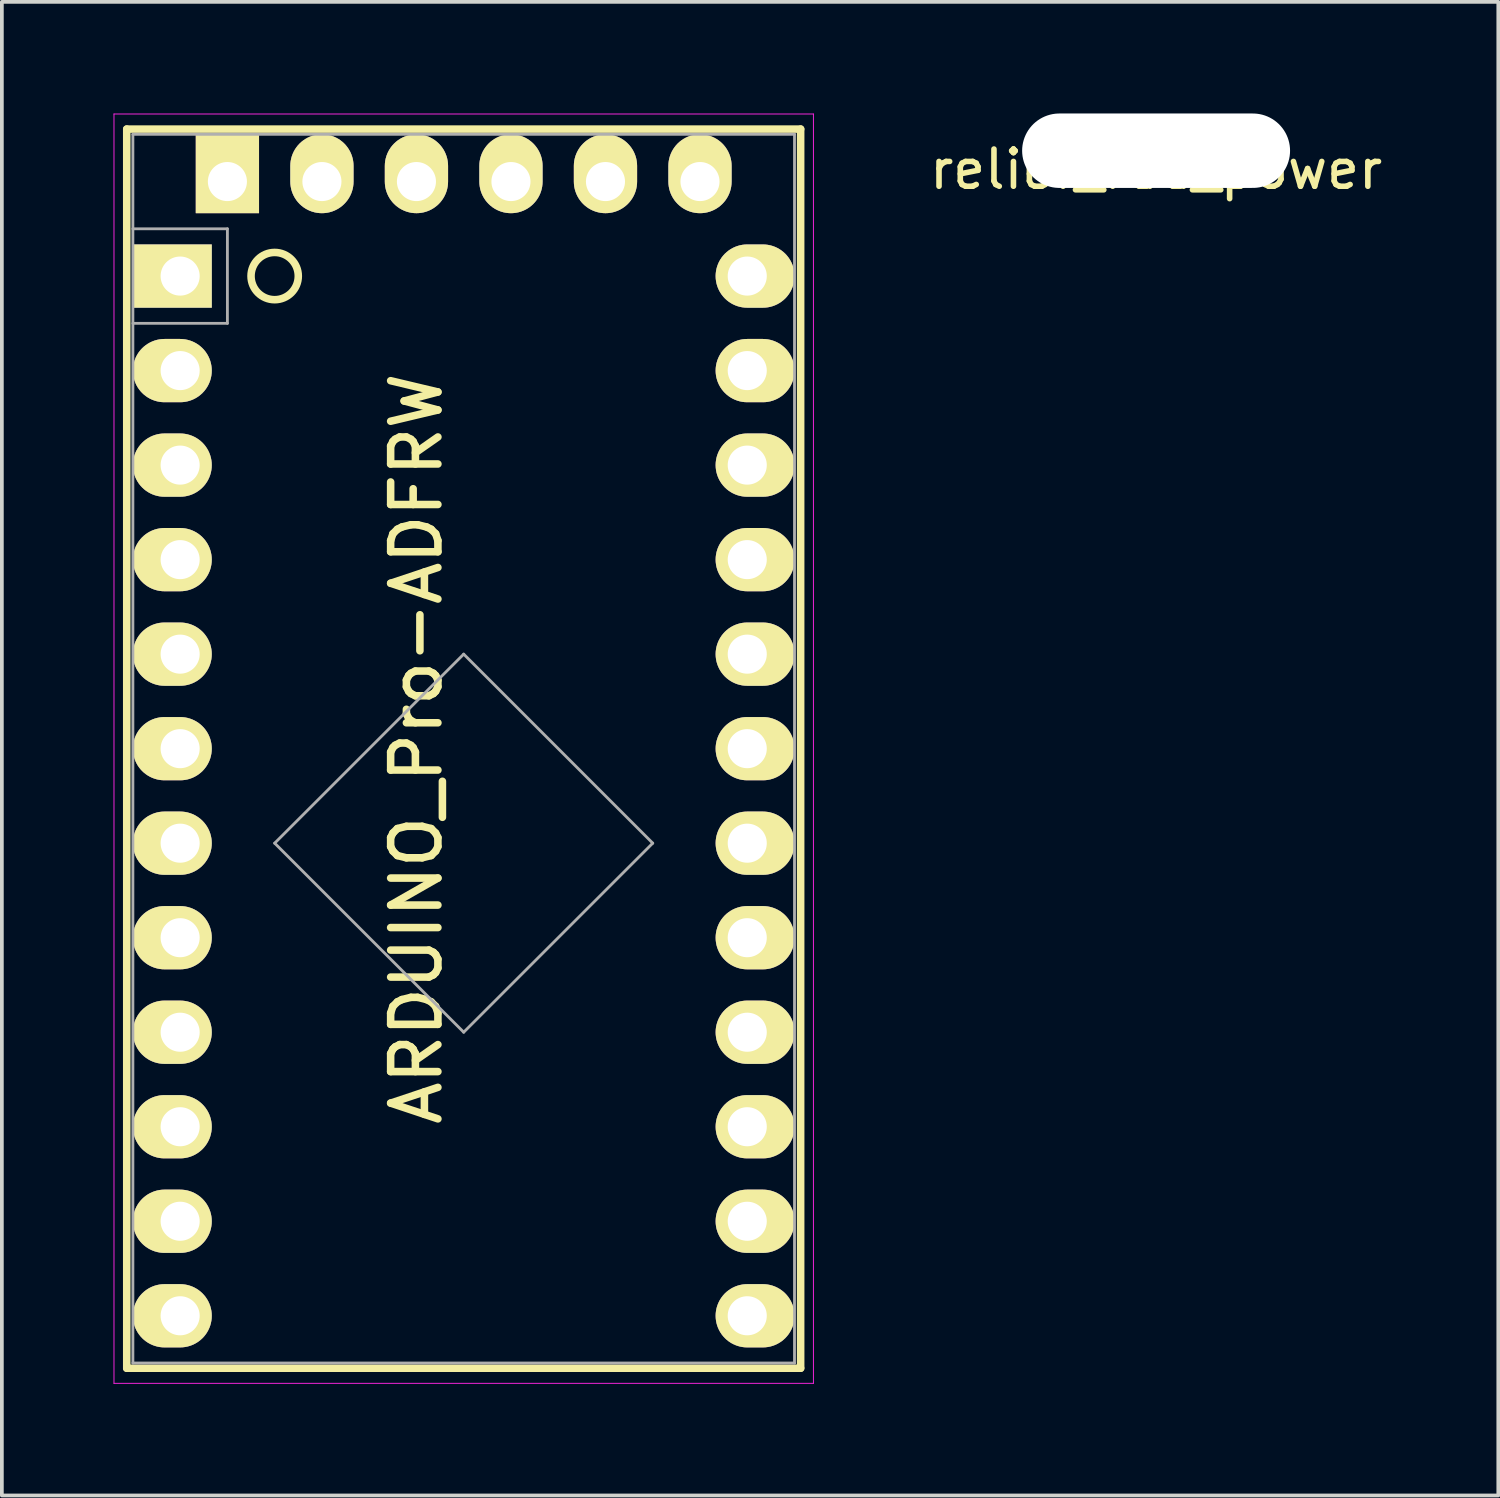
<source format=kicad_pcb>
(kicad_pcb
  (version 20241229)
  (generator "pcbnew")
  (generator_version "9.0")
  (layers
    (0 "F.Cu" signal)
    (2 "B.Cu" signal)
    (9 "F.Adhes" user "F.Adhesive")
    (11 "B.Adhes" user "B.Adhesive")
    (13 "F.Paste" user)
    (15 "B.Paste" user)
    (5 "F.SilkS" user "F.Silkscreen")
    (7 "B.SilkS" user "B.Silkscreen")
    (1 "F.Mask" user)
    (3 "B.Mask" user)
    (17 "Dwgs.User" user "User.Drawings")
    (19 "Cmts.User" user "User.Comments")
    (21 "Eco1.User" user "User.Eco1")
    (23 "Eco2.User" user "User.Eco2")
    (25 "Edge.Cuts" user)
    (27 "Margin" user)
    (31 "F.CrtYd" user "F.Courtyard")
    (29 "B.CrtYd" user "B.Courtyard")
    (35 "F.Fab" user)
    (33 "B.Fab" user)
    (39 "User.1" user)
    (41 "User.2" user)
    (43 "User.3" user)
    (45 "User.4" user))
  (footprint "ARDUINO_Pro-ADFRW"
    (layer "F.Cu")
    (at 9.411 17.069)
    (property "Reference" "ARDUINO_Pro-ADFRW" (at -1.27 0 90) (layer "F.SilkS") (effects (font (size 1.27 1.27) (thickness 0.203))))
    (attr through_hole)
    (fp_line (start -9.055 -16.65) (end 9.055 -16.65) (stroke (width 0.203) (type solid)) (layer "F.SilkS"))
    (fp_line (start -9.055 16.65) (end -9.055 -16.65) (stroke (width 0.203) (type solid)) (layer "F.SilkS"))
    (fp_line (start 9.055 -16.65) (end 9.055 16.65) (stroke (width 0.203) (type solid)) (layer "F.SilkS"))
    (fp_line (start 9.055 16.65) (end -9.055 16.65) (stroke (width 0.203) (type solid)) (layer "F.SilkS"))
    (fp_circle (center -5.08 -12.7) (end -4.445 -12.7) (stroke (width 0.203) (type solid)) (fill no) (layer "F.SilkS"))
    (fp_line (start -9.398 -17.056) (end 9.398 -17.056) (stroke (width 0.025) (type solid)) (layer "F.CrtYd"))
    (fp_line (start -9.398 17.056) (end -9.398 -17.056) (stroke (width 0.025) (type solid)) (layer "F.CrtYd"))
    (fp_line (start 9.398 -17.056) (end 9.398 17.056) (stroke (width 0.025) (type solid)) (layer "F.CrtYd"))
    (fp_line (start 9.398 17.056) (end -9.398 17.056) (stroke (width 0.025) (type solid)) (layer "F.CrtYd"))
    (fp_line (start -8.89 -16.51) (end 8.89 -16.51) (stroke (width 0.076) (type solid)) (layer "F.Fab"))
    (fp_line (start -8.89 -13.97) (end -6.35 -13.97) (stroke (width 0.076) (type solid)) (layer "F.Fab"))
    (fp_line (start -8.89 16.51) (end -8.89 -16.51) (stroke (width 0.076) (type solid)) (layer "F.Fab"))
    (fp_line (start -6.35 -13.97) (end -6.35 -11.43) (stroke (width 0.076) (type solid)) (layer "F.Fab"))
    (fp_line (start -6.35 -11.43) (end -8.89 -11.43) (stroke (width 0.076) (type solid)) (layer "F.Fab"))
    (fp_line (start -5.08 2.54) (end 0 7.62) (stroke (width 0.076) (type solid)) (layer "F.Fab"))
    (fp_line (start 0 -2.54) (end -5.08 2.54) (stroke (width 0.076) (type solid)) (layer "F.Fab"))
    (fp_line (start 0 7.62) (end 5.08 2.54) (stroke (width 0.076) (type solid)) (layer "F.Fab"))
    (fp_line (start 5.08 2.54) (end 0 -2.54) (stroke (width 0.076) (type solid)) (layer "F.Fab"))
    (fp_line (start 8.89 -16.51) (end 8.89 16.51) (stroke (width 0.076) (type solid)) (layer "F.Fab"))
    (fp_line (start 8.89 16.51) (end -8.89 16.51) (stroke (width 0.076) (type solid)) (layer "F.Fab"))
    (pad "1" thru_hole rect (at -7.62 -12.7 180) (size 2.12 1.7) (drill 1.05 (offset 0.21 0)) (layers "*.Cu" "*.Mask" "F.SilkS"))
    (pad "2" thru_hole oval (at -7.62 -10.16 180) (size 2.12 1.7) (drill 1.05 (offset 0.21 0)) (layers "*.Cu" "*.Mask" "F.SilkS"))
    (pad "3" thru_hole oval (at -7.62 -7.62 180) (size 2.12 1.7) (drill 1.05 (offset 0.21 0)) (layers "*.Cu" "*.Mask" "F.SilkS"))
    (pad "4" thru_hole oval (at -7.62 -5.08 180) (size 2.12 1.7) (drill 1.05 (offset 0.21 0)) (layers "*.Cu" "*.Mask" "F.SilkS"))
    (pad "5" thru_hole oval (at -7.62 -2.54 180) (size 2.12 1.7) (drill 1.05 (offset 0.21 0)) (layers "*.Cu" "*.Mask" "F.SilkS"))
    (pad "6" thru_hole oval (at -7.62 0 180) (size 2.12 1.7) (drill 1.05 (offset 0.21 0)) (layers "*.Cu" "*.Mask" "F.SilkS"))
    (pad "7" thru_hole oval (at -7.62 2.54 180) (size 2.12 1.7) (drill 1.05 (offset 0.21 0)) (layers "*.Cu" "*.Mask" "F.SilkS"))
    (pad "8" thru_hole oval (at -7.62 5.08 180) (size 2.12 1.7) (drill 1.05 (offset 0.21 0)) (layers "*.Cu" "*.Mask" "F.SilkS"))
    (pad "9" thru_hole oval (at -7.62 7.62 180) (size 2.12 1.7) (drill 1.05 (offset 0.21 0)) (layers "*.Cu" "*.Mask" "F.SilkS"))
    (pad "10" thru_hole oval (at -7.62 10.16 180) (size 2.12 1.7) (drill 1.05 (offset 0.21 0)) (layers "*.Cu" "*.Mask" "F.SilkS"))
    (pad "11" thru_hole oval (at -7.62 12.7 180) (size 2.12 1.7) (drill 1.05 (offset 0.21 0)) (layers "*.Cu" "*.Mask" "F.SilkS"))
    (pad "12" thru_hole oval (at -7.62 15.24 180) (size 2.12 1.7) (drill 1.05 (offset 0.21 0)) (layers "*.Cu" "*.Mask" "F.SilkS"))
    (pad "13" thru_hole oval (at 7.62 15.24) (size 2.12 1.7) (drill 1.05 (offset 0.21 0)) (layers "*.Cu" "*.Mask" "F.SilkS"))
    (pad "14" thru_hole oval (at 7.62 12.7) (size 2.12 1.7) (drill 1.05 (offset 0.21 0)) (layers "*.Cu" "*.Mask" "F.SilkS"))
    (pad "15" thru_hole oval (at 7.62 10.16) (size 2.12 1.7) (drill 1.05 (offset 0.21 0)) (layers "*.Cu" "*.Mask" "F.SilkS"))
    (pad "16" thru_hole oval (at 7.62 7.62) (size 2.12 1.7) (drill 1.05 (offset 0.21 0)) (layers "*.Cu" "*.Mask" "F.SilkS"))
    (pad "17" thru_hole oval (at 7.62 5.08) (size 2.12 1.7) (drill 1.05 (offset 0.21 0)) (layers "*.Cu" "*.Mask" "F.SilkS"))
    (pad "18" thru_hole oval (at 7.62 2.54) (size 2.12 1.7) (drill 1.05 (offset 0.21 0)) (layers "*.Cu" "*.Mask" "F.SilkS"))
    (pad "19" thru_hole oval (at 7.62 0) (size 2.12 1.7) (drill 1.05 (offset 0.21 0)) (layers "*.Cu" "*.Mask" "F.SilkS"))
    (pad "20" thru_hole oval (at 7.62 -2.54) (size 2.12 1.7) (drill 1.05 (offset 0.21 0)) (layers "*.Cu" "*.Mask" "F.SilkS"))
    (pad "21" thru_hole oval (at 7.62 -5.08) (size 2.12 1.7) (drill 1.05 (offset 0.21 0)) (layers "*.Cu" "*.Mask" "F.SilkS"))
    (pad "22" thru_hole oval (at 7.62 -7.62) (size 2.12 1.7) (drill 1.05 (offset 0.21 0)) (layers "*.Cu" "*.Mask" "F.SilkS"))
    (pad "23" thru_hole oval (at 7.62 -10.16) (size 2.12 1.7) (drill 1.05 (offset 0.21 0)) (layers "*.Cu" "*.Mask" "F.SilkS"))
    (pad "24" thru_hole oval (at 7.62 -12.7) (size 2.12 1.7) (drill 1.05 (offset 0.21 0)) (layers "*.Cu" "*.Mask" "F.SilkS"))
    (pad "PRG1" thru_hole rect (at -6.35 -15.24 90) (size 2.12 1.7) (drill 1.05 (offset 0.21 0)) (layers "*.Cu" "*.Mask" "F.SilkS"))
    (pad "PRG2" thru_hole oval (at -3.81 -15.24 90) (size 2.12 1.7) (drill 1.05 (offset 0.21 0)) (layers "*.Cu" "*.Mask" "F.SilkS"))
    (pad "PRG3" thru_hole oval (at -1.27 -15.24 90) (size 2.12 1.7) (drill 1.05 (offset 0.21 0)) (layers "*.Cu" "*.Mask" "F.SilkS"))
    (pad "PRG4" thru_hole oval (at 1.27 -15.24 90) (size 2.12 1.7) (drill 1.05 (offset 0.21 0)) (layers "*.Cu" "*.Mask" "F.SilkS"))
    (pad "PRG5" thru_hole oval (at 3.81 -15.24 90) (size 2.12 1.7) (drill 1.05 (offset 0.21 0)) (layers "*.Cu" "*.Mask" "F.SilkS"))
    (pad "PRG6" thru_hole oval (at 6.35 -15.24 90) (size 2.12 1.7) (drill 1.05 (offset 0.21 0)) (layers "*.Cu" "*.Mask" "F.SilkS")))
  (footprint "relief_fdd_power"
    (layer "F.Cu")
    (at 28.018 1)
    (property "Reference" "relief_fdd_power" (at 0 0.5 0) (layer "F.SilkS") (effects (font (size 1 1) (thickness 0.15))))
    (attr through_hole)
    (pad "" np_thru_hole oval (at 0 0) (size 7.2 2) (drill oval 7.2 2) (layers "*.Cu" "*.Mask")))
  (gr_rect
    (start -3 -3)
    (end 37.214 37.138)
    (stroke (width 0.1) (type default))
    (fill no)
    (layer "Edge.Cuts")))
</source>
